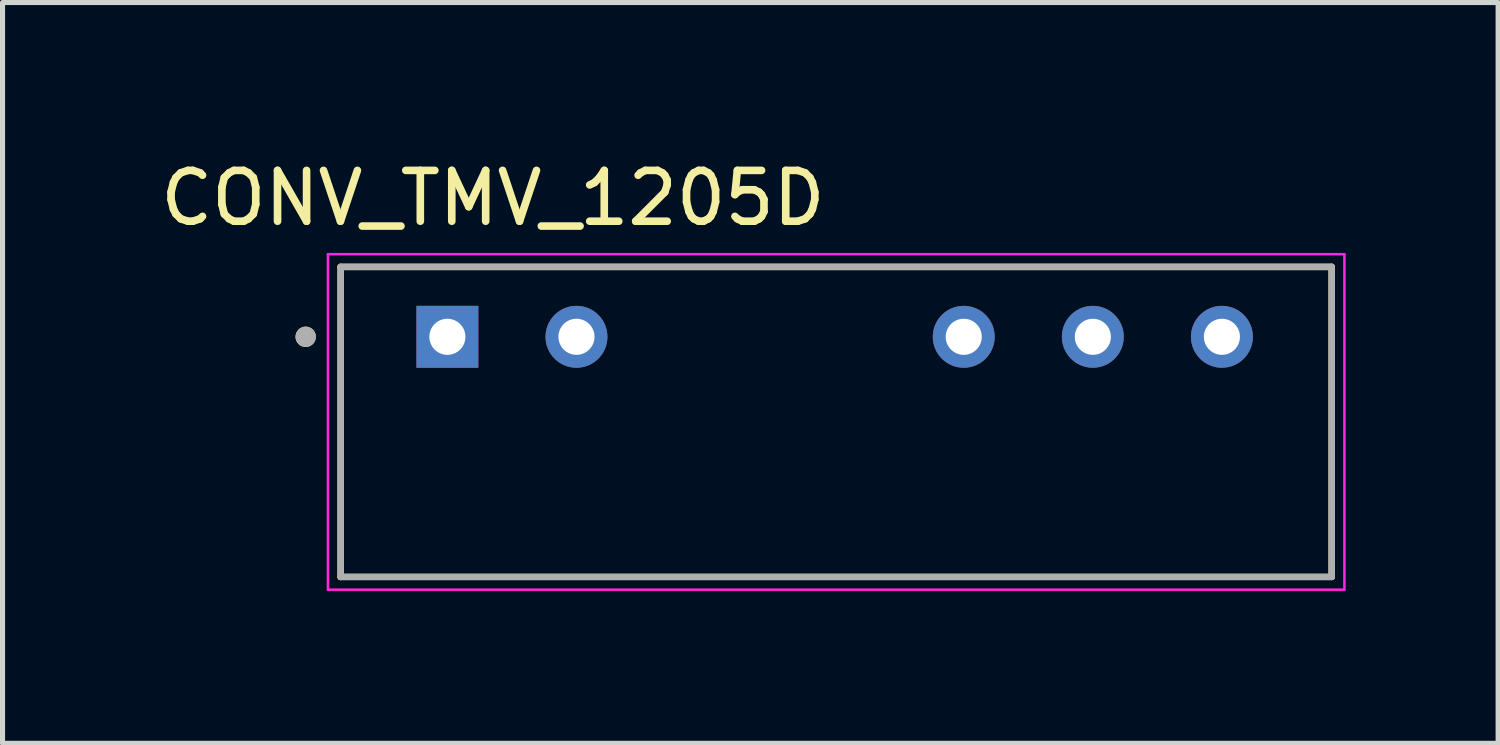
<source format=kicad_pcb>
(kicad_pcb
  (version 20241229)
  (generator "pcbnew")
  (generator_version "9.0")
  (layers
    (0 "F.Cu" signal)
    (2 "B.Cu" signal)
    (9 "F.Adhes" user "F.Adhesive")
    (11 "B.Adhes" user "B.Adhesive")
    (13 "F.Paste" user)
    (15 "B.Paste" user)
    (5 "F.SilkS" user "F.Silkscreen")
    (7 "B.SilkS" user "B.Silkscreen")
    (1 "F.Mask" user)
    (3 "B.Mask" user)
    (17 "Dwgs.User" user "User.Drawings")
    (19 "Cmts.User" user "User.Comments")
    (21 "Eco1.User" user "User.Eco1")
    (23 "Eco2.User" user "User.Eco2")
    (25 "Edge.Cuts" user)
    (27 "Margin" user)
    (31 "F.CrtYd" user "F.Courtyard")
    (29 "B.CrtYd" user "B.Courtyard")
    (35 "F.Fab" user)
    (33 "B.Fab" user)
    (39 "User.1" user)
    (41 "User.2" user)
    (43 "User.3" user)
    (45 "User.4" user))
  (footprint "CONV_TMV_1205D"
    (layer "F.Cu")
    (at 13.403 5.252)
    (property "Reference" "CONV_TMV_1205D" (at -6.754 -4.404 0) (layer "F.SilkS") (effects (font (size 1 1) (thickness 0.15))))
    (attr through_hole)
    (fp_line (start -9.75 3.05) (end -9.75 -3.05) (stroke (width 0.127) (type solid)) (layer "F.SilkS"))
    (fp_line (start 9.75 -3.05) (end -9.75 -3.05) (stroke (width 0.127) (type solid)) (layer "F.SilkS"))
    (fp_line (start 9.75 3.05) (end -9.75 3.05) (stroke (width 0.127) (type solid)) (layer "F.SilkS"))
    (fp_line (start 9.75 3.05) (end 9.75 -3.05) (stroke (width 0.127) (type solid)) (layer "F.SilkS"))
    (fp_circle (center -10.438 -1.675) (end -10.338 -1.675) (stroke (width 0.2) (type solid)) (fill no) (layer "F.SilkS"))
    (fp_line (start -10 3.3) (end -10 -3.3) (stroke (width 0.05) (type solid)) (layer "F.CrtYd"))
    (fp_line (start 10 -3.3) (end -10 -3.3) (stroke (width 0.05) (type solid)) (layer "F.CrtYd"))
    (fp_line (start 10 3.3) (end -10 3.3) (stroke (width 0.05) (type solid)) (layer "F.CrtYd"))
    (fp_line (start 10 3.3) (end 10 -3.3) (stroke (width 0.05) (type solid)) (layer "F.CrtYd"))
    (fp_line (start -9.75 3.05) (end -9.75 -3.05) (stroke (width 0.127) (type solid)) (layer "F.Fab"))
    (fp_line (start 9.75 -3.05) (end -9.75 -3.05) (stroke (width 0.127) (type solid)) (layer "F.Fab"))
    (fp_line (start 9.75 3.05) (end -9.75 3.05) (stroke (width 0.127) (type solid)) (layer "F.Fab"))
    (fp_line (start 9.75 3.05) (end 9.75 -3.05) (stroke (width 0.127) (type solid)) (layer "F.Fab"))
    (fp_circle (center -10.438 -1.675) (end -10.338 -1.675) (stroke (width 0.2) (type solid)) (fill no) (layer "F.Fab"))
    (pad "1" thru_hole rect (at -7.65 -1.675) (size 1.218 1.218) (drill 0.71) (layers "*.Cu" "*.Mask"))
    (pad "2" thru_hole circle (at -5.11 -1.675) (size 1.218 1.218) (drill 0.71) (layers "*.Cu" "*.Mask"))
    (pad "5" thru_hole circle (at 2.51 -1.675) (size 1.218 1.218) (drill 0.71) (layers "*.Cu" "*.Mask"))
    (pad "6" thru_hole circle (at 5.05 -1.675) (size 1.218 1.218) (drill 0.71) (layers "*.Cu" "*.Mask"))
    (pad "7" thru_hole circle (at 7.59 -1.675) (size 1.218 1.218) (drill 0.71) (layers "*.Cu" "*.Mask")))
  (gr_rect
    (start -3 -3)
    (end 26.428 11.577)
    (stroke (width 0.1) (type default))
    (fill no)
    (layer "Edge.Cuts")))
</source>
